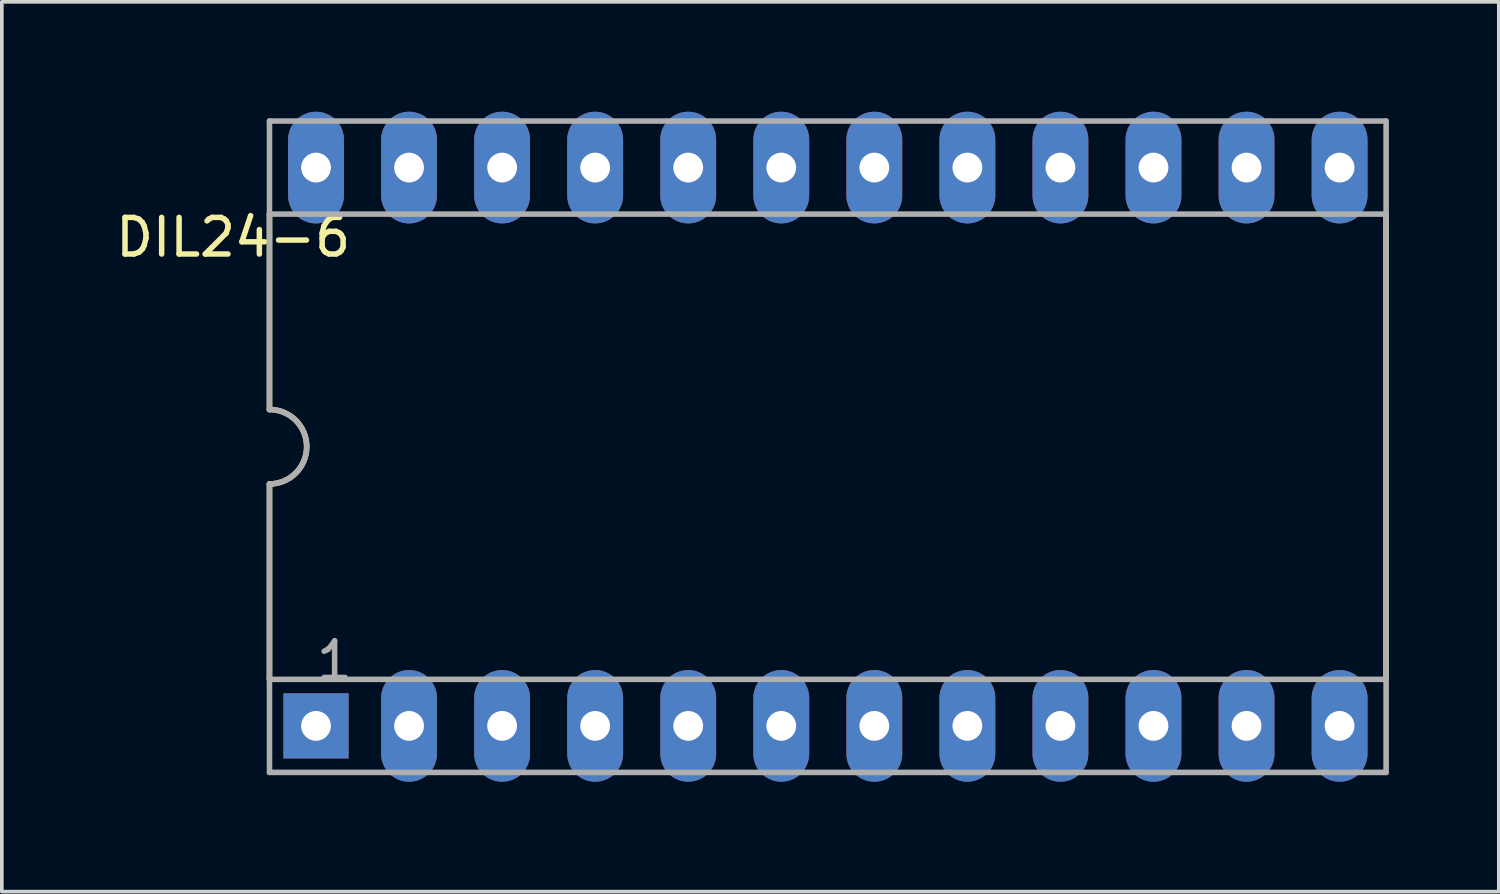
<source format=kicad_pcb>
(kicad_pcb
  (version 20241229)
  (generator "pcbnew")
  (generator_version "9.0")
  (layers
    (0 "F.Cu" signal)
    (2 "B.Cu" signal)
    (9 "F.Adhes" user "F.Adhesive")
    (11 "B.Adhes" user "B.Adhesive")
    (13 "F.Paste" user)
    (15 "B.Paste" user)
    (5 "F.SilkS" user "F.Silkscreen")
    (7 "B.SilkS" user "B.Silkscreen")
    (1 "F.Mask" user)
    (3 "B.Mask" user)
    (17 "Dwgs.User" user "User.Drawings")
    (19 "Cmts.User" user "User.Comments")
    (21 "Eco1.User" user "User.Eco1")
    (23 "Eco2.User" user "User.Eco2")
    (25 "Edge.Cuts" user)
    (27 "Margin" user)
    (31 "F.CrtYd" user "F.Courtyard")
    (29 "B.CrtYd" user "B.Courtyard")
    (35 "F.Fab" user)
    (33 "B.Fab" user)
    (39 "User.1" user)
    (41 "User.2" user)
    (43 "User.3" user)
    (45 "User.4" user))
  (footprint "DIL24-6"
    (layer "F.Cu")
    (at 19.546 9.144)
    (property "Reference" "DIL24-6" (at -16.231 -5.715 180) (layer "F.SilkS") (effects (font (size 1 1) (thickness 0.15))))
    (attr through_hole)
    (fp_line (start -15.24 -6.35) (end -15.24 -1.016) (stroke (width 0.152) (type solid)) (layer "F.SilkS"))
    (fp_line (start -15.24 6.35) (end -15.24 1.016) (stroke (width 0.152) (type solid)) (layer "F.SilkS"))
    (fp_line (start 15.24 -6.35) (end 15.24 6.35) (stroke (width 0.152) (type solid)) (layer "F.SilkS"))
    (fp_arc (start -15.24 -1.016) (mid -14.224 0) (end -15.24 1.016) (stroke (width 0.1524) (type solid)) (layer "F.SilkS"))
    (fp_line (start -15.24 -8.89) (end -15.24 -6.35) (stroke (width 0.152) (type solid)) (layer "F.Fab"))
    (fp_line (start -15.24 -6.35) (end -15.24 -1.016) (stroke (width 0.152) (type solid)) (layer "F.Fab"))
    (fp_line (start -15.24 6.35) (end -15.24 1.016) (stroke (width 0.152) (type solid)) (layer "F.Fab"))
    (fp_line (start -15.24 6.35) (end 15.24 6.35) (stroke (width 0.152) (type solid)) (layer "F.Fab"))
    (fp_line (start -15.24 8.89) (end -15.24 6.35) (stroke (width 0.152) (type solid)) (layer "F.Fab"))
    (fp_line (start -15.24 8.89) (end 15.24 8.89) (stroke (width 0.152) (type solid)) (layer "F.Fab"))
    (fp_line (start 15.24 -8.89) (end -15.24 -8.89) (stroke (width 0.152) (type solid)) (layer "F.Fab"))
    (fp_line (start 15.24 -8.89) (end 15.24 -6.35) (stroke (width 0.152) (type solid)) (layer "F.Fab"))
    (fp_line (start 15.24 -6.35) (end -15.24 -6.35) (stroke (width 0.152) (type solid)) (layer "F.Fab"))
    (fp_line (start 15.24 -6.35) (end 15.24 6.35) (stroke (width 0.152) (type solid)) (layer "F.Fab"))
    (fp_line (start 15.24 6.35) (end 15.24 8.89) (stroke (width 0.152) (type solid)) (layer "F.Fab"))
    (fp_arc (start -15.24 -1.016) (mid -14.224 0) (end -15.24 1.016) (stroke (width 0.1524) (type solid)) (layer "F.Fab"))
    (fp_text user "1" (at -13.462 5.842 0) (layer "F.Fab") (effects (font (size 1 1) (thickness 0.15))))
    (pad "1" thru_hole rect (at -13.97 7.62) (size 1.778 1.778) (drill 0.813) (layers "*.Cu" "*.Mask"))
    (pad "2" thru_hole oval (at -11.43 7.62) (size 1.524 3.048) (drill 0.813) (layers "*.Cu" "*.Mask"))
    (pad "3" thru_hole oval (at -8.89 7.62) (size 1.524 3.048) (drill 0.813) (layers "*.Cu" "*.Mask"))
    (pad "4" thru_hole oval (at -6.35 7.62) (size 1.524 3.048) (drill 0.813) (layers "*.Cu" "*.Mask"))
    (pad "5" thru_hole oval (at -3.81 7.62) (size 1.524 3.048) (drill 0.813) (layers "*.Cu" "*.Mask"))
    (pad "6" thru_hole oval (at -1.27 7.62) (size 1.524 3.048) (drill 0.813) (layers "*.Cu" "*.Mask"))
    (pad "7" thru_hole oval (at 1.27 7.62) (size 1.524 3.048) (drill 0.813) (layers "*.Cu" "*.Mask"))
    (pad "8" thru_hole oval (at 3.81 7.62) (size 1.524 3.048) (drill 0.813) (layers "*.Cu" "*.Mask"))
    (pad "9" thru_hole oval (at 6.35 7.62) (size 1.524 3.048) (drill 0.813) (layers "*.Cu" "*.Mask"))
    (pad "10" thru_hole oval (at 8.89 7.62) (size 1.524 3.048) (drill 0.813) (layers "*.Cu" "*.Mask"))
    (pad "11" thru_hole oval (at 11.43 7.62) (size 1.524 3.048) (drill 0.813) (layers "*.Cu" "*.Mask"))
    (pad "12" thru_hole oval (at 13.97 7.62) (size 1.524 3.048) (drill 0.813) (layers "*.Cu" "*.Mask"))
    (pad "13" thru_hole oval (at 13.97 -7.62) (size 1.524 3.048) (drill 0.813) (layers "*.Cu" "*.Mask"))
    (pad "14" thru_hole oval (at 11.43 -7.62) (size 1.524 3.048) (drill 0.813) (layers "*.Cu" "*.Mask"))
    (pad "15" thru_hole oval (at 8.89 -7.62) (size 1.524 3.048) (drill 0.813) (layers "*.Cu" "*.Mask"))
    (pad "16" thru_hole oval (at 6.35 -7.62) (size 1.524 3.048) (drill 0.813) (layers "*.Cu" "*.Mask"))
    (pad "17" thru_hole oval (at 3.81 -7.62) (size 1.524 3.048) (drill 0.813) (layers "*.Cu" "*.Mask"))
    (pad "18" thru_hole oval (at 1.27 -7.62) (size 1.524 3.048) (drill 0.813) (layers "*.Cu" "*.Mask"))
    (pad "19" thru_hole oval (at -1.27 -7.62) (size 1.524 3.048) (drill 0.813) (layers "*.Cu" "*.Mask"))
    (pad "20" thru_hole oval (at -3.81 -7.62) (size 1.524 3.048) (drill 0.813) (layers "*.Cu" "*.Mask"))
    (pad "21" thru_hole oval (at -6.35 -7.62) (size 1.524 3.048) (drill 0.813) (layers "*.Cu" "*.Mask"))
    (pad "22" thru_hole oval (at -8.89 -7.62) (size 1.524 3.048) (drill 0.813) (layers "*.Cu" "*.Mask"))
    (pad "23" thru_hole oval (at -11.43 -7.62) (size 1.524 3.048) (drill 0.813) (layers "*.Cu" "*.Mask"))
    (pad "24" thru_hole oval (at -13.97 -7.62) (size 1.524 3.048) (drill 0.813) (layers "*.Cu" "*.Mask")))
  (gr_rect
    (start -3 -3)
    (end 37.862 21.288)
    (stroke (width 0.1) (type default))
    (fill no)
    (layer "Edge.Cuts")))
</source>
